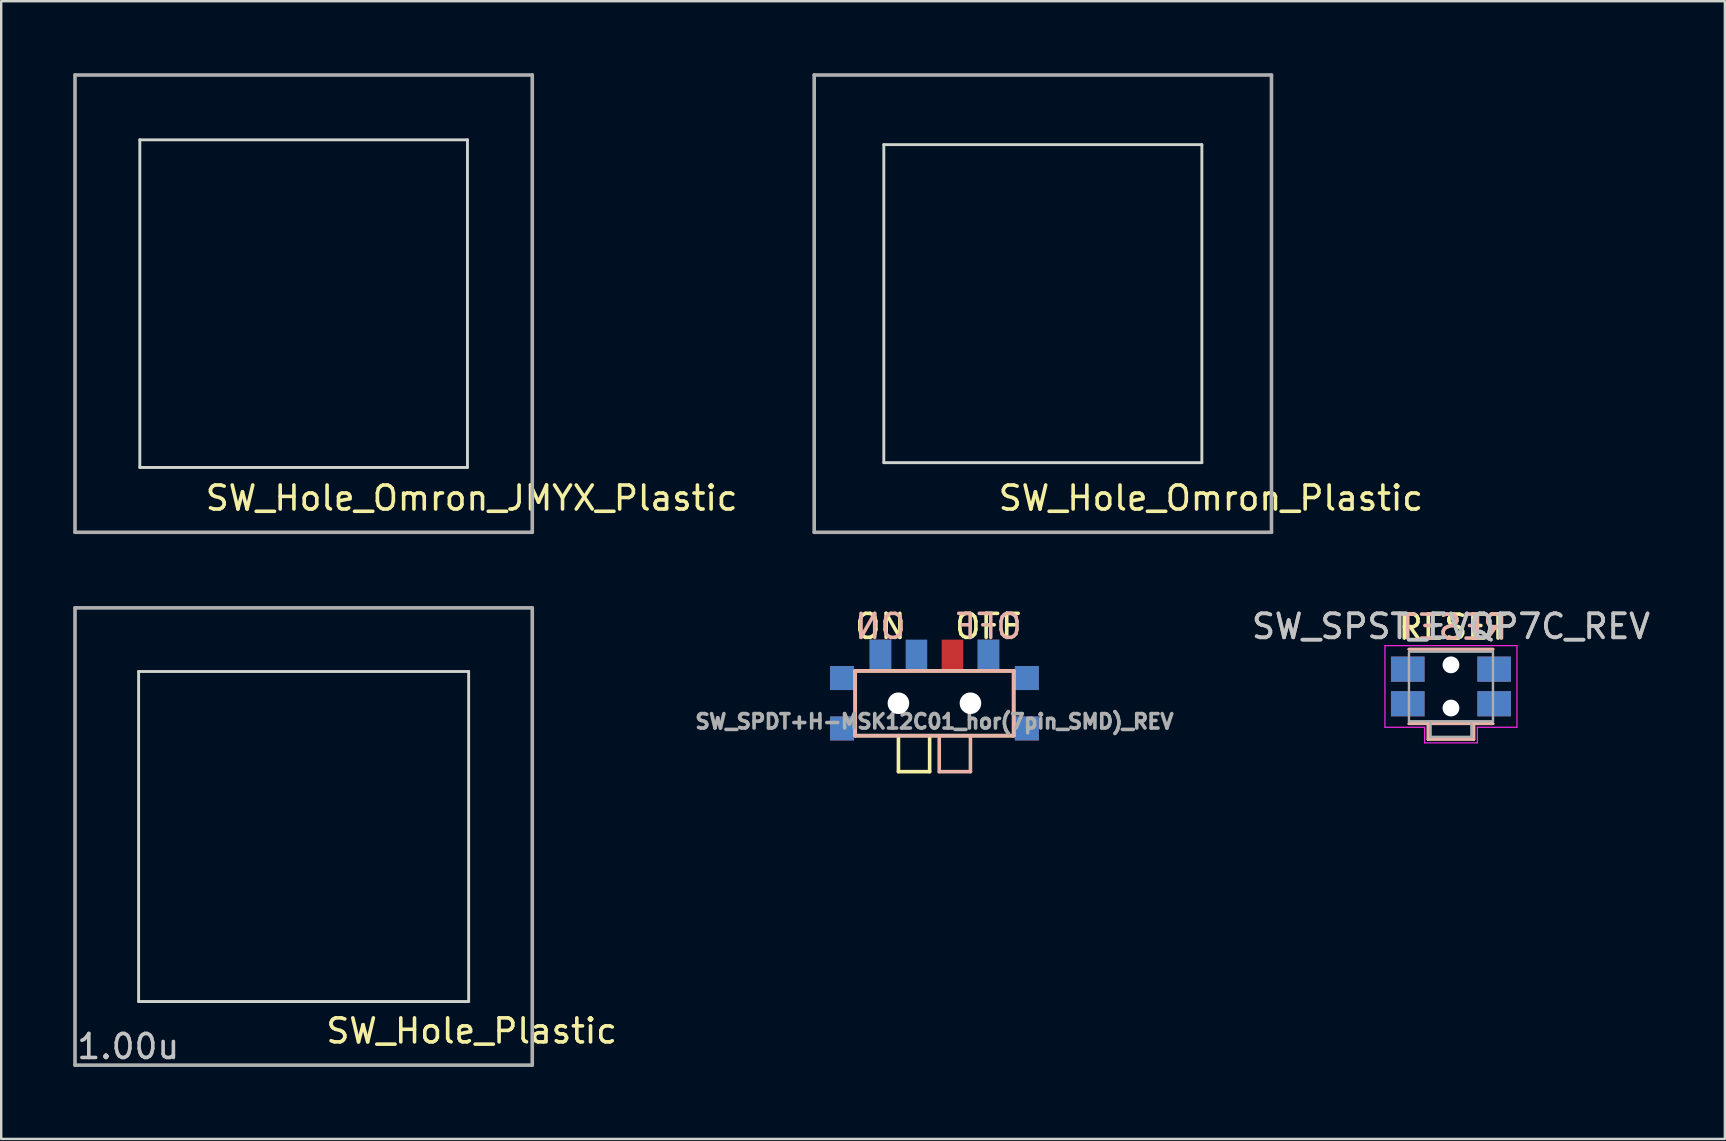
<source format=kicad_pcb>
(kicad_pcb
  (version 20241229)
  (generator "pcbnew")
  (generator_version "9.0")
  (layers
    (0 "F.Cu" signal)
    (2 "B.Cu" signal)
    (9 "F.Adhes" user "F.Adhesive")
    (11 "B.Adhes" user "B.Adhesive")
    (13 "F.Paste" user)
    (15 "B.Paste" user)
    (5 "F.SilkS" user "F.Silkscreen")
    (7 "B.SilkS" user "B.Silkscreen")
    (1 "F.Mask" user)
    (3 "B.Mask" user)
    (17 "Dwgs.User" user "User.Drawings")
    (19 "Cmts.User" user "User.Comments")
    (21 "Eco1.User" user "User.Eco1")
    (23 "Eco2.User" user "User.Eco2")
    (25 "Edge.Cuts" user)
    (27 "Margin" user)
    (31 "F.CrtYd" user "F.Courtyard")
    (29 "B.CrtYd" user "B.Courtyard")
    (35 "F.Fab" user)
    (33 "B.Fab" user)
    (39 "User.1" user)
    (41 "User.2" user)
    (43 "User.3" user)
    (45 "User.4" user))
  (footprint "SW_SPDT+H-MSK12C01_hor(7pin_SMD)_REV"
    (layer "F.Cu")
    (at 35.88 26.248)
    (property "Reference" "SW_SPDT+H-MSK12C01_hor(7pin_SMD)_REV" (at 0 0.762 0) (layer "F.Fab") (effects (font (size 0.6 0.6) (thickness 0.15))))
    (attr smd)
    (fp_line (start -3.3 -1.35) (end 3.3 -1.35) (stroke (width 0.15) (type solid)) (layer "F.SilkS"))
    (fp_line (start -3.3 1.35) (end -3.3 -1.35) (stroke (width 0.15) (type solid)) (layer "F.SilkS"))
    (fp_line (start -1.5 1.35) (end -1.5 2.85) (stroke (width 0.15) (type solid)) (layer "F.SilkS"))
    (fp_line (start -1.5 2.85) (end -0.2 2.85) (stroke (width 0.15) (type solid)) (layer "F.SilkS"))
    (fp_line (start -0.2 1.35) (end -0.2 2.85) (stroke (width 0.15) (type solid)) (layer "F.SilkS"))
    (fp_line (start 3.3 -1.35) (end 3.3 1.35) (stroke (width 0.15) (type solid)) (layer "F.SilkS"))
    (fp_line (start 3.3 1.35) (end -3.3 1.35) (stroke (width 0.15) (type solid)) (layer "F.SilkS"))
    (fp_line (start -3.3 -1.35) (end -3.3 1.35) (stroke (width 0.15) (type solid)) (layer "B.SilkS"))
    (fp_line (start -3.3 1.35) (end 3.3 1.35) (stroke (width 0.15) (type solid)) (layer "B.SilkS"))
    (fp_line (start 0.2 1.35) (end 0.2 2.85) (stroke (width 0.15) (type solid)) (layer "B.SilkS"))
    (fp_line (start 1.5 1.35) (end 1.5 2.85) (stroke (width 0.15) (type solid)) (layer "B.SilkS"))
    (fp_line (start 1.5 2.85) (end 0.2 2.85) (stroke (width 0.15) (type solid)) (layer "B.SilkS"))
    (fp_line (start 3.3 -1.35) (end -3.3 -1.35) (stroke (width 0.15) (type solid)) (layer "B.SilkS"))
    (fp_line (start 3.3 1.35) (end 3.3 -1.35) (stroke (width 0.15) (type solid)) (layer "B.SilkS"))
    (fp_text user "OFF" (at 2.25 -3.2 0) (unlocked yes) (layer "F.SilkS") (effects (font (size 1 1) (thickness 0.15))))
    (fp_text user "ON" (at -2.25 -3.2 0) (unlocked yes) (layer "F.SilkS") (effects (font (size 1 1) (thickness 0.15))))
    (fp_text user "ON" (at -2.25 -3.2 0) (unlocked yes) (layer "B.SilkS") (effects (font (size 1 1) (thickness 0.15)) (justify mirror)))
    (fp_text user "OFF" (at 2.25 -3.2 0) (unlocked yes) (layer "B.SilkS") (effects (font (size 1 1) (thickness 0.15)) (justify mirror)))
    (pad "" np_thru_hole circle (at -1.5 0) (size 0.9 0.9) (drill 0.9) (layers "*.Cu" "*.Mask"))
    (pad "" np_thru_hole circle (at 1.5 0) (size 0.9 0.9) (drill 0.9) (layers "*.Cu" "*.Mask"))
    (pad "1" smd rect (at -2.25 -2) (size 0.9 1.3) (layers "F.Cu" "F.Mask" "F.Paste"))
    (pad "1" smd rect (at -2.25 -2) (size 0.9 1.3) (layers "B.Cu" "B.Mask" "B.Paste"))
    (pad "2" smd rect (at -0.75 -2) (size 0.9 1.3) (layers "B.Cu" "B.Mask" "B.Paste"))
    (pad "2" smd rect (at 0.75 -2) (size 0.9 1.3) (layers "F.Cu" "F.Mask" "F.Paste"))
    (pad "3" smd rect (at 2.25 -2) (size 0.9 1.3) (layers "F.Cu" "F.Mask" "F.Paste"))
    (pad "3" smd rect (at 2.25 -2) (size 0.9 1.3) (layers "B.Cu" "B.Mask" "B.Paste"))
    (pad "H" smd rect (at -3.85 -1.05) (size 1 1) (layers "F.Cu" "F.Mask" "F.Paste"))
    (pad "H" smd rect (at -3.85 -1.05) (size 1 1) (layers "B.Cu" "B.Mask" "B.Paste"))
    (pad "H" smd rect (at -3.85 1.05) (size 1 1) (layers "F.Cu" "F.Mask" "F.Paste"))
    (pad "H" smd rect (at -3.85 1.05) (size 1 1) (layers "B.Cu" "B.Mask" "B.Paste"))
    (pad "H" smd rect (at 3.85 -1.05) (size 1 1) (layers "F.Cu" "F.Mask" "F.Paste"))
    (pad "H" smd rect (at 3.85 -1.05) (size 1 1) (layers "B.Cu" "B.Mask" "B.Paste"))
    (pad "H" smd rect (at 3.85 1.05) (size 1 1) (layers "F.Cu" "F.Mask" "F.Paste"))
    (pad "H" smd rect (at 3.85 1.05) (size 1 1) (layers "B.Cu" "B.Mask" "B.Paste")))
  (footprint "SW_Hole_Omron_JMYX_Plastic"
    (layer "F.Cu")
    (at 9.6 9.6)
    (property "Reference" "SW_Hole_Omron_JMYX_Plastic" (at 7 8.1 0) (layer "F.SilkS") (effects (font (size 1 1) (thickness 0.15))))
    (attr through_hole)
    (fp_line (start -6.825 -6.825) (end -6.825 6.825) (stroke (width 0.12) (type solid)) (layer "Edge.Cuts"))
    (fp_line (start -6.825 6.825) (end 6.825 6.825) (stroke (width 0.12) (type solid)) (layer "Edge.Cuts"))
    (fp_line (start 6.825 -6.825) (end -6.825 -6.825) (stroke (width 0.12) (type solid)) (layer "Edge.Cuts"))
    (fp_line (start 6.825 6.825) (end 6.825 -6.825) (stroke (width 0.12) (type solid)) (layer "Edge.Cuts"))
    (fp_line (start -9.525 -9.525) (end -9.525 9.525) (stroke (width 0.15) (type solid)) (layer "F.Fab"))
    (fp_line (start -9.525 9.525) (end 9.525 9.525) (stroke (width 0.15) (type solid)) (layer "F.Fab"))
    (fp_line (start 9.525 -9.525) (end -9.525 -9.525) (stroke (width 0.15) (type solid)) (layer "F.Fab"))
    (fp_line (start 9.525 9.525) (end 9.525 -9.525) (stroke (width 0.15) (type solid)) (layer "F.Fab")))
  (footprint "SW_SPST_EVQP7C_REV"
    (layer "F.Cu")
    (at 57.399 25.548)
    (property "Reference" "SW_SPST_EVQP7C_REV" (at 0 -2.5 0) (layer "Dwgs.User") (effects (font (size 1 1) (thickness 0.15))))
    (attr smd)
    (fp_line (start -1.75 -1.55) (end 1.75 -1.55) (stroke (width 0.12) (type solid)) (layer "F.SilkS"))
    (fp_line (start -0.95 2.2) (end -0.95 1.55) (stroke (width 0.12) (type solid)) (layer "F.SilkS"))
    (fp_line (start 0.95 1.55) (end 0.95 2.2) (stroke (width 0.12) (type solid)) (layer "F.SilkS"))
    (fp_line (start 0.95 2.2) (end -0.95 2.2) (stroke (width 0.12) (type solid)) (layer "F.SilkS"))
    (fp_line (start 1.75 1.55) (end -1.75 1.55) (stroke (width 0.12) (type solid)) (layer "F.SilkS"))
    (fp_line (start -1.75 1.55) (end 1.75 1.55) (stroke (width 0.12) (type solid)) (layer "B.SilkS"))
    (fp_line (start -0.95 1.55) (end -0.95 2.2) (stroke (width 0.12) (type solid)) (layer "B.SilkS"))
    (fp_line (start -0.95 2.2) (end 0.95 2.2) (stroke (width 0.12) (type solid)) (layer "B.SilkS"))
    (fp_line (start 0.95 2.2) (end 0.95 1.55) (stroke (width 0.12) (type solid)) (layer "B.SilkS"))
    (fp_line (start 1.75 -1.55) (end -1.75 -1.55) (stroke (width 0.12) (type solid)) (layer "B.SilkS"))
    (fp_line (start -2.75 -1.7) (end 2.75 -1.7) (stroke (width 0.05) (type solid)) (layer "F.CrtYd"))
    (fp_line (start -2.75 1.7) (end -2.75 -1.7) (stroke (width 0.05) (type solid)) (layer "F.CrtYd"))
    (fp_line (start -1.1 1.7) (end -2.75 1.7) (stroke (width 0.05) (type solid)) (layer "F.CrtYd"))
    (fp_line (start -1.1 2.35) (end -1.1 1.7) (stroke (width 0.05) (type solid)) (layer "F.CrtYd"))
    (fp_line (start 1.1 1.7) (end 1.1 2.35) (stroke (width 0.05) (type solid)) (layer "F.CrtYd"))
    (fp_line (start 1.1 2.35) (end -1.1 2.35) (stroke (width 0.05) (type solid)) (layer "F.CrtYd"))
    (fp_line (start 2.75 -1.7) (end 2.75 1.7) (stroke (width 0.05) (type solid)) (layer "F.CrtYd"))
    (fp_line (start 2.75 1.7) (end 1.1 1.7) (stroke (width 0.05) (type solid)) (layer "F.CrtYd"))
    (fp_line (start -1.75 -1.45) (end 1.75 -1.45) (stroke (width 0.1) (type solid)) (layer "F.Fab"))
    (fp_line (start -1.75 1.45) (end -1.75 -1.4) (stroke (width 0.1) (type solid)) (layer "F.Fab"))
    (fp_line (start -0.85 2.1) (end -0.85 1.45) (stroke (width 0.1) (type solid)) (layer "F.Fab"))
    (fp_line (start -0.85 2.1) (end 0.85 2.1) (stroke (width 0.1) (type solid)) (layer "F.Fab"))
    (fp_line (start 0.85 2.1) (end 0.85 1.45) (stroke (width 0.1) (type solid)) (layer "F.Fab"))
    (fp_line (start 1.75 -1.45) (end 1.75 1.45) (stroke (width 0.1) (type solid)) (layer "F.Fab"))
    (fp_line (start 1.75 1.45) (end -1.75 1.45) (stroke (width 0.1) (type solid)) (layer "F.Fab"))
    (fp_text user "RESET" (at 0.08 -2.47 0) (layer "F.SilkS") (effects (font (size 1 1) (thickness 0.15))))
    (fp_text user "RESET" (at 0.08 -2.47 0) (layer "B.SilkS") (effects (font (size 1 1) (thickness 0.15)) (justify mirror)))
    (fp_text user "${REFERENCE}" (at 0 -2.5 0) (layer "F.Fab") (effects (font (size 1 1) (thickness 0.15))))
    (pad "" np_thru_hole circle (at 0 -0.9) (size 0.7 0.7) (drill 0.7) (layers "*.Cu" "*.Mask"))
    (pad "" np_thru_hole circle (at 0 0.9) (size 0.7 0.7) (drill 0.7) (layers "*.Cu" "*.Mask"))
    (pad "1" smd rect (at -1.8 0.72) (size 1.4 1.05) (layers "F.Cu" "F.Mask" "F.Paste"))
    (pad "1" smd rect (at -1.8 0.72) (size 1.4 1.05) (layers "B.Cu" "B.Mask" "B.Paste"))
    (pad "1" smd rect (at 1.8 0.72) (size 1.4 1.05) (layers "F.Cu" "F.Mask" "F.Paste"))
    (pad "1" smd rect (at 1.8 0.72) (size 1.4 1.05) (layers "B.Cu" "B.Mask" "B.Paste"))
    (pad "2" smd rect (at -1.8 -0.72) (size 1.4 1.05) (layers "F.Cu" "F.Mask" "F.Paste"))
    (pad "2" smd rect (at -1.8 -0.72) (size 1.4 1.05) (layers "B.Cu" "B.Mask" "B.Paste"))
    (pad "2" smd rect (at 1.8 -0.72) (size 1.4 1.05) (layers "F.Cu" "F.Mask" "F.Paste"))
    (pad "2" smd rect (at 1.8 -0.72) (size 1.4 1.05) (layers "B.Cu" "B.Mask" "B.Paste")))
  (footprint "SW_Hole_Plastic"
    (layer "F.Cu")
    (at 9.6 31.8)
    (property "Reference" "SW_Hole_Plastic" (at 7 8.1 0) (layer "F.SilkS") (effects (font (size 1 1) (thickness 0.15))))
    (fp_line (start -6.875 -6.875) (end -6.875 6.875) (stroke (width 0.12) (type solid)) (layer "Edge.Cuts"))
    (fp_line (start -6.875 6.875) (end 6.875 6.875) (stroke (width 0.12) (type solid)) (layer "Edge.Cuts"))
    (fp_line (start 6.875 -6.875) (end -6.875 -6.875) (stroke (width 0.12) (type solid)) (layer "Edge.Cuts"))
    (fp_line (start 6.875 6.875) (end 6.875 -6.875) (stroke (width 0.12) (type solid)) (layer "Edge.Cuts"))
    (fp_line (start -9.525 -9.525) (end -9.525 9.525) (stroke (width 0.15) (type solid)) (layer "F.Fab"))
    (fp_line (start -9.525 9.525) (end 9.525 9.525) (stroke (width 0.15) (type solid)) (layer "F.Fab"))
    (fp_line (start 9.525 -9.525) (end -9.525 -9.525) (stroke (width 0.15) (type solid)) (layer "F.Fab"))
    (fp_line (start 9.525 9.525) (end 9.525 -9.525) (stroke (width 0.15) (type solid)) (layer "F.Fab"))
    (fp_text user "1.00u" (at -9.525 8.75 0) (layer "Dwgs.User") (effects (font (size 1 1) (thickness 0.15)) (justify left))))
  (footprint "SW_Hole_Omron_Plastic"
    (layer "F.Cu")
    (at 40.396 9.6)
    (property "Reference" "SW_Hole_Omron_Plastic" (at 7 8.1 0) (layer "F.SilkS") (effects (font (size 1 1) (thickness 0.15))))
    (attr through_hole)
    (fp_line (start -6.625 -6.625) (end -6.625 6.625) (stroke (width 0.12) (type solid)) (layer "Edge.Cuts"))
    (fp_line (start -6.625 6.625) (end 6.625 6.625) (stroke (width 0.12) (type solid)) (layer "Edge.Cuts"))
    (fp_line (start 6.625 -6.625) (end -6.625 -6.625) (stroke (width 0.12) (type solid)) (layer "Edge.Cuts"))
    (fp_line (start 6.625 6.625) (end 6.625 -6.625) (stroke (width 0.12) (type solid)) (layer "Edge.Cuts"))
    (fp_line (start -9.525 -9.525) (end -9.525 9.525) (stroke (width 0.15) (type solid)) (layer "F.Fab"))
    (fp_line (start -9.525 9.525) (end 9.525 9.525) (stroke (width 0.15) (type solid)) (layer "F.Fab"))
    (fp_line (start 9.525 -9.525) (end -9.525 -9.525) (stroke (width 0.15) (type solid)) (layer "F.Fab"))
    (fp_line (start 9.525 9.525) (end 9.525 -9.525) (stroke (width 0.15) (type solid)) (layer "F.Fab")))
  (gr_rect
    (start -3 -3)
    (end 68.81 44.4)
    (stroke (width 0.1) (type default))
    (fill no)
    (layer "Edge.Cuts")))
</source>
